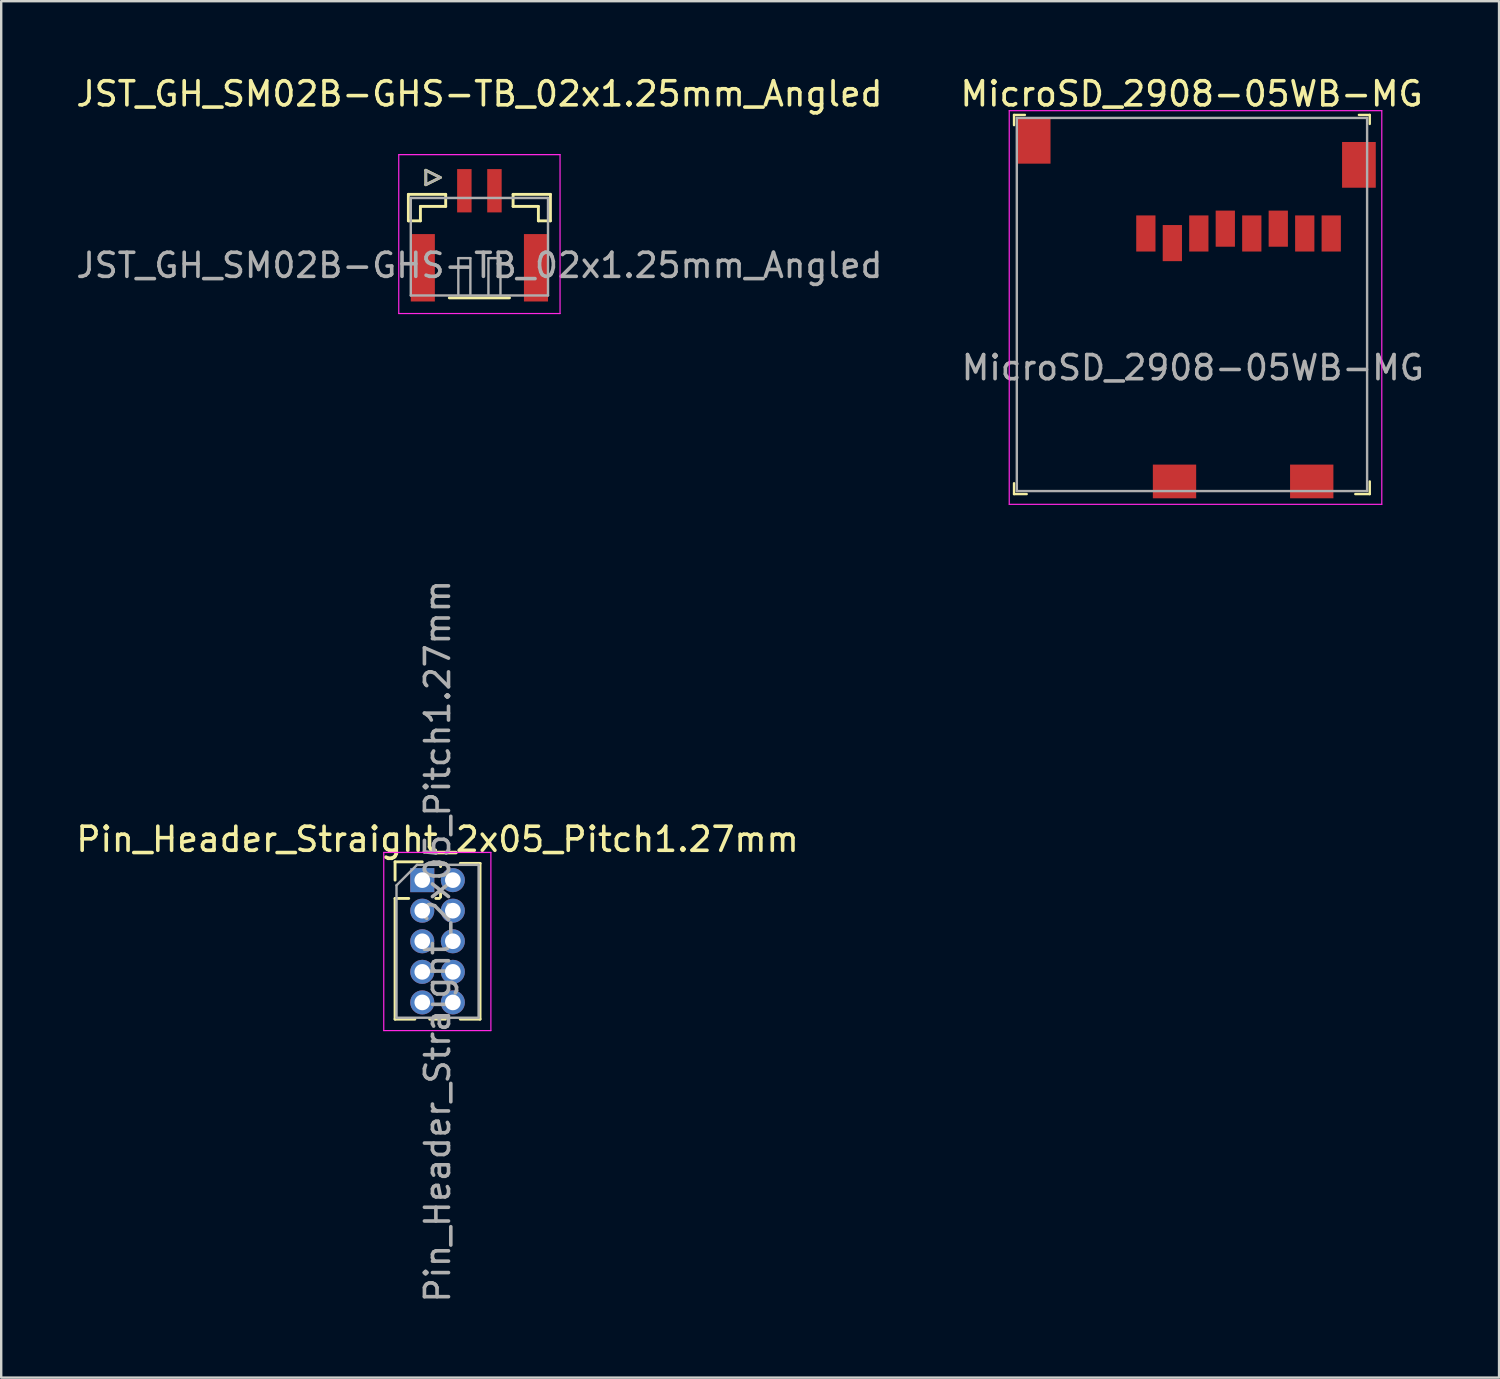
<source format=kicad_pcb>
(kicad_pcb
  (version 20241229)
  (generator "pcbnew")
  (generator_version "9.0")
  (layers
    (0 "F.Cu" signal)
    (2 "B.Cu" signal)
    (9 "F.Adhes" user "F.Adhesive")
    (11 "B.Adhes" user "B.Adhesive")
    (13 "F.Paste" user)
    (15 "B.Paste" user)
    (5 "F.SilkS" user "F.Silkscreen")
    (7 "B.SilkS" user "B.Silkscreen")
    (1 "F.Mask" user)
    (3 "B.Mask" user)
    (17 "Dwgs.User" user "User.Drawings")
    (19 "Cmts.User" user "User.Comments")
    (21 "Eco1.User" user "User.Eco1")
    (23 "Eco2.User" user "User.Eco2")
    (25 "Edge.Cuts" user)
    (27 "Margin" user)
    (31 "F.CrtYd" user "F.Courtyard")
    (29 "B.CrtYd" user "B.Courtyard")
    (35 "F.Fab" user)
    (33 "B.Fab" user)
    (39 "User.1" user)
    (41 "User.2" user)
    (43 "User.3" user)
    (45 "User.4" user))
  (footprint "Pin_Header_Straight_2x05_Pitch1.27mm"
    (placed yes)
    (layer "F.Cu")
    (at 14.49 33.508)
    (property "Reference" "Pin_Header_Straight_2x05_Pitch1.27mm" (at 0.635 -1.695 0) (layer "F.SilkS") (effects (font (size 1 1) (thickness 0.15))))
    (attr through_hole)
    (fp_line (start -1.13 -0.76) (end 0 -0.76) (stroke (width 0.12) (type solid)) (layer "F.SilkS"))
    (fp_line (start -1.13 0) (end -1.13 -0.76) (stroke (width 0.12) (type solid)) (layer "F.SilkS"))
    (fp_line (start -1.13 0.76) (end -1.13 5.775) (stroke (width 0.12) (type solid)) (layer "F.SilkS"))
    (fp_line (start -1.13 0.76) (end -0.563 0.76) (stroke (width 0.12) (type solid)) (layer "F.SilkS"))
    (fp_line (start -1.13 5.775) (end -0.308 5.775) (stroke (width 0.12) (type solid)) (layer "F.SilkS"))
    (fp_line (start 0.308 5.775) (end 0.962 5.775) (stroke (width 0.12) (type solid)) (layer "F.SilkS"))
    (fp_line (start 0.563 0.76) (end 0.707 0.76) (stroke (width 0.12) (type solid)) (layer "F.SilkS"))
    (fp_line (start 0.76 -0.695) (end 0.962 -0.695) (stroke (width 0.12) (type solid)) (layer "F.SilkS"))
    (fp_line (start 0.76 -0.563) (end 0.76 -0.695) (stroke (width 0.12) (type solid)) (layer "F.SilkS"))
    (fp_line (start 0.76 0.707) (end 0.76 0.563) (stroke (width 0.12) (type solid)) (layer "F.SilkS"))
    (fp_line (start 1.578 -0.695) (end 2.4 -0.695) (stroke (width 0.12) (type solid)) (layer "F.SilkS"))
    (fp_line (start 1.578 5.775) (end 2.4 5.775) (stroke (width 0.12) (type solid)) (layer "F.SilkS"))
    (fp_line (start 2.4 -0.695) (end 2.4 5.775) (stroke (width 0.12) (type solid)) (layer "F.SilkS"))
    (fp_line (start -1.6 -1.15) (end -1.6 6.25) (stroke (width 0.05) (type solid)) (layer "F.CrtYd"))
    (fp_line (start -1.6 6.25) (end 2.85 6.25) (stroke (width 0.05) (type solid)) (layer "F.CrtYd"))
    (fp_line (start 2.85 -1.15) (end -1.6 -1.15) (stroke (width 0.05) (type solid)) (layer "F.CrtYd"))
    (fp_line (start 2.85 6.25) (end 2.85 -1.15) (stroke (width 0.05) (type solid)) (layer "F.CrtYd"))
    (fp_line (start -1.07 0.217) (end -0.217 -0.635) (stroke (width 0.1) (type solid)) (layer "F.Fab"))
    (fp_line (start -1.07 5.715) (end -1.07 0.217) (stroke (width 0.1) (type solid)) (layer "F.Fab"))
    (fp_line (start -0.217 -0.635) (end 2.34 -0.635) (stroke (width 0.1) (type solid)) (layer "F.Fab"))
    (fp_line (start 2.34 -0.635) (end 2.34 5.715) (stroke (width 0.1) (type solid)) (layer "F.Fab"))
    (fp_line (start 2.34 5.715) (end -1.07 5.715) (stroke (width 0.1) (type solid)) (layer "F.Fab"))
    (fp_text user "${REFERENCE}" (at 0.635 2.54 90) (layer "F.Fab") (effects (font (size 1 1) (thickness 0.15))))
    (pad "1" thru_hole rect (at 0 0) (size 1 1) (drill 0.65) (layers "*.Cu" "*.Mask"))
    (pad "2" thru_hole oval (at 1.27 0) (size 1 1) (drill 0.65) (layers "*.Cu" "*.Mask"))
    (pad "3" thru_hole oval (at 0 1.27) (size 1 1) (drill 0.65) (layers "*.Cu" "*.Mask"))
    (pad "4" thru_hole oval (at 1.27 1.27) (size 1 1) (drill 0.65) (layers "*.Cu" "*.Mask"))
    (pad "5" thru_hole oval (at 0 2.54) (size 1 1) (drill 0.65) (layers "*.Cu" "*.Mask"))
    (pad "6" thru_hole oval (at 1.27 2.54) (size 1 1) (drill 0.65) (layers "*.Cu" "*.Mask"))
    (pad "7" thru_hole oval (at 0 3.81) (size 1 1) (drill 0.65) (layers "*.Cu" "*.Mask"))
    (pad "8" thru_hole oval (at 1.27 3.81) (size 1 1) (drill 0.65) (layers "*.Cu" "*.Mask"))
    (pad "9" thru_hole oval (at 0 5.08) (size 1 1) (drill 0.65) (layers "*.Cu" "*.Mask"))
    (pad "10" thru_hole oval (at 1.27 5.08) (size 1 1) (drill 0.65) (layers "*.Cu" "*.Mask")))
  (footprint "MicroSD_2908-05WB-MG"
    (layer "F.Cu")
    (at 44.546 6.648)
    (property "Reference" "MicroSD_2908-05WB-MG" (at 1.9 -5.8 0) (layer "F.SilkS") (effects (font (size 1 1) (thickness 0.15))))
    (attr smd)
    (fp_line (start -5.475 -4.925) (end -5.475 -4.5) (stroke (width 0.1) (type solid)) (layer "F.SilkS"))
    (fp_line (start -5.475 10.825) (end -5.475 10.375) (stroke (width 0.1) (type solid)) (layer "F.SilkS"))
    (fp_line (start -5.025 -4.925) (end -5.475 -4.925) (stroke (width 0.1) (type solid)) (layer "F.SilkS"))
    (fp_line (start -4.95 10.825) (end -5.475 10.825) (stroke (width 0.1) (type solid)) (layer "F.SilkS"))
    (fp_line (start 8.7 10.825) (end 9.3 10.825) (stroke (width 0.1) (type solid)) (layer "F.SilkS"))
    (fp_line (start 8.85 -4.925) (end 9.3 -4.925) (stroke (width 0.1) (type solid)) (layer "F.SilkS"))
    (fp_line (start 9.3 -4.925) (end 9.3 -4.55) (stroke (width 0.1) (type solid)) (layer "F.SilkS"))
    (fp_line (start 9.3 10.825) (end 9.3 10.3) (stroke (width 0.1) (type solid)) (layer "F.SilkS"))
    (fp_line (start -5.675 -5.1) (end -5.675 11.25) (stroke (width 0.05) (type solid)) (layer "F.CrtYd"))
    (fp_line (start -5.675 -5.1) (end 9.8 -5.1) (stroke (width 0.05) (type solid)) (layer "F.CrtYd"))
    (fp_line (start 9.8 -5.1) (end 9.8 11.25) (stroke (width 0.05) (type solid)) (layer "F.CrtYd"))
    (fp_line (start 9.8 11.25) (end -5.675 11.25) (stroke (width 0.05) (type solid)) (layer "F.CrtYd"))
    (fp_line (start -5.36 -4.8) (end -5.36 10.7) (stroke (width 0.1) (type solid)) (layer "F.Fab"))
    (fp_line (start -5.36 -4.8) (end 9.19 -4.8) (stroke (width 0.1) (type solid)) (layer "F.Fab"))
    (fp_line (start 9.19 -4.8) (end 9.19 10.7) (stroke (width 0.1) (type solid)) (layer "F.Fab"))
    (fp_line (start 9.19 10.7) (end -5.36 10.7) (stroke (width 0.1) (type solid)) (layer "F.Fab"))
    (fp_text user "${REFERENCE}" (at 1.95 5.575 0) (layer "F.Fab") (effects (font (size 1 1) (thickness 0.15))))
    (pad "1" smd rect (at 0 0) (size 0.8 1.5) (layers "F.Cu" "F.Mask" "F.Paste"))
    (pad "2" smd rect (at 1.1 0.4) (size 0.8 1.5) (layers "F.Cu" "F.Mask" "F.Paste"))
    (pad "3" smd rect (at 2.2 0) (size 0.8 1.5) (layers "F.Cu" "F.Mask" "F.Paste"))
    (pad "4" smd rect (at 3.3 -0.2) (size 0.8 1.5) (layers "F.Cu" "F.Mask" "F.Paste"))
    (pad "5" smd rect (at 4.4 0) (size 0.8 1.5) (layers "F.Cu" "F.Mask" "F.Paste"))
    (pad "6" smd rect (at 5.5 -0.2) (size 0.8 1.5) (layers "F.Cu" "F.Mask" "F.Paste"))
    (pad "7" smd rect (at 6.6 0) (size 0.8 1.5) (layers "F.Cu" "F.Mask" "F.Paste"))
    (pad "8" smd rect (at 7.7 0) (size 0.8 1.5) (layers "F.Cu" "F.Mask" "F.Paste"))
    (pad "9" smd rect (at 6.89 10.3) (size 1.8 1.4) (layers "F.Cu" "F.Mask" "F.Paste"))
    (pad "10" smd rect (at 1.19 10.3) (size 1.8 1.4) (layers "F.Cu" "F.Mask" "F.Paste"))
    (pad "11" smd rect (at -4.66 -3.85) (size 1.4 1.9) (layers "F.Cu" "F.Mask" "F.Paste"))
    (pad "11" smd rect (at 8.85 -2.85) (size 1.4 1.9) (layers "F.Cu" "F.Mask" "F.Paste")))
  (footprint "JST_GH_SM02B-GHS-TB_02x1.25mm_Angled"
    (layer "F.Cu")
    (at 16.863 6.473)
    (property "Reference" "JST_GH_SM02B-GHS-TB_02x1.25mm_Angled" (at 0 -5.625 180) (layer "F.SilkS") (effects (font (size 1 1) (thickness 0.15))))
    (attr smd)
    (fp_line (start -2.95 -1.45) (end -1.4 -1.45) (stroke (width 0.12) (type solid)) (layer "F.SilkS"))
    (fp_line (start -2.95 -0.35) (end -2.95 -1.45) (stroke (width 0.12) (type solid)) (layer "F.SilkS"))
    (fp_line (start -2.45 -0.95) (end -2.45 -0.35) (stroke (width 0.12) (type solid)) (layer "F.SilkS"))
    (fp_line (start -2.45 -0.35) (end -2.95 -0.35) (stroke (width 0.12) (type solid)) (layer "F.SilkS"))
    (fp_line (start -2.225 -2.45) (end -2.225 -1.85) (stroke (width 0.12) (type solid)) (layer "F.SilkS"))
    (fp_line (start -2.225 -1.85) (end -1.625 -2.15) (stroke (width 0.12) (type solid)) (layer "F.SilkS"))
    (fp_line (start -1.625 -2.15) (end -2.225 -2.45) (stroke (width 0.12) (type solid)) (layer "F.SilkS"))
    (fp_line (start -1.4 -1.45) (end -1.4 -0.95) (stroke (width 0.12) (type solid)) (layer "F.SilkS"))
    (fp_line (start -1.4 -0.95) (end -2.45 -0.95) (stroke (width 0.12) (type solid)) (layer "F.SilkS"))
    (fp_line (start -1.25 2.85) (end 1.25 2.85) (stroke (width 0.12) (type solid)) (layer "F.SilkS"))
    (fp_line (start 1.4 -1.45) (end 1.4 -0.95) (stroke (width 0.12) (type solid)) (layer "F.SilkS"))
    (fp_line (start 1.4 -0.95) (end 2.45 -0.95) (stroke (width 0.12) (type solid)) (layer "F.SilkS"))
    (fp_line (start 2.45 -0.95) (end 2.45 -0.35) (stroke (width 0.12) (type solid)) (layer "F.SilkS"))
    (fp_line (start 2.45 -0.35) (end 2.95 -0.35) (stroke (width 0.12) (type solid)) (layer "F.SilkS"))
    (fp_line (start 2.95 -1.45) (end 1.4 -1.45) (stroke (width 0.12) (type solid)) (layer "F.SilkS"))
    (fp_line (start 2.95 -0.35) (end 2.95 -1.45) (stroke (width 0.12) (type solid)) (layer "F.SilkS"))
    (fp_line (start -3.35 -3.1) (end -3.35 3.5) (stroke (width 0.05) (type solid)) (layer "F.CrtYd"))
    (fp_line (start -3.35 3.5) (end 3.35 3.5) (stroke (width 0.05) (type solid)) (layer "F.CrtYd"))
    (fp_line (start 3.35 -3.1) (end -3.35 -3.1) (stroke (width 0.05) (type solid)) (layer "F.CrtYd"))
    (fp_line (start 3.35 3.5) (end 3.35 -3.1) (stroke (width 0.05) (type solid)) (layer "F.CrtYd"))
    (fp_line (start -2.85 -1.3) (end -2.85 2.75) (stroke (width 0.1) (type solid)) (layer "F.Fab"))
    (fp_line (start -2.85 2.75) (end 2.85 2.75) (stroke (width 0.1) (type solid)) (layer "F.Fab"))
    (fp_line (start -2.225 -2.45) (end -2.225 -1.85) (stroke (width 0.1) (type solid)) (layer "F.Fab"))
    (fp_line (start -2.225 -1.85) (end -1.625 -2.15) (stroke (width 0.1) (type solid)) (layer "F.Fab"))
    (fp_line (start -1.625 -2.15) (end -2.225 -2.45) (stroke (width 0.1) (type solid)) (layer "F.Fab"))
    (fp_line (start -0.875 1.2) (end -0.375 1.2) (stroke (width 0.1) (type solid)) (layer "F.Fab"))
    (fp_line (start -0.875 2.7) (end -0.875 1.2) (stroke (width 0.1) (type solid)) (layer "F.Fab"))
    (fp_line (start -0.375 1.2) (end -0.375 2.7) (stroke (width 0.1) (type solid)) (layer "F.Fab"))
    (fp_line (start 0.375 1.2) (end 0.875 1.2) (stroke (width 0.1) (type solid)) (layer "F.Fab"))
    (fp_line (start 0.375 2.7) (end 0.375 1.2) (stroke (width 0.1) (type solid)) (layer "F.Fab"))
    (fp_line (start 0.875 1.2) (end 0.875 2.7) (stroke (width 0.1) (type solid)) (layer "F.Fab"))
    (fp_line (start 2.85 -1.3) (end -2.85 -1.3) (stroke (width 0.1) (type solid)) (layer "F.Fab"))
    (fp_line (start 2.85 2.75) (end 2.85 -1.3) (stroke (width 0.1) (type solid)) (layer "F.Fab"))
    (fp_text user "${REFERENCE}" (at 0 1.5 0) (layer "F.Fab") (effects (font (size 1 1) (thickness 0.15))))
    (pad "" smd rect (at -2.35 1.6) (size 1 2.8) (layers "F.Cu" "F.Mask" "F.Paste"))
    (pad "" smd rect (at 2.35 1.6) (size 1 2.8) (layers "F.Cu" "F.Mask" "F.Paste"))
    (pad "1" smd rect (at -0.625 -1.6) (size 0.6 1.8) (layers "F.Cu" "F.Mask" "F.Paste"))
    (pad "2" smd rect (at 0.625 -1.6) (size 0.6 1.8) (layers "F.Cu" "F.Mask" "F.Paste")))
  (gr_rect
    (start -3 -3)
    (end 59.217 54.173)
    (stroke (width 0.1) (type default))
    (fill no)
    (layer "Edge.Cuts")))
</source>
